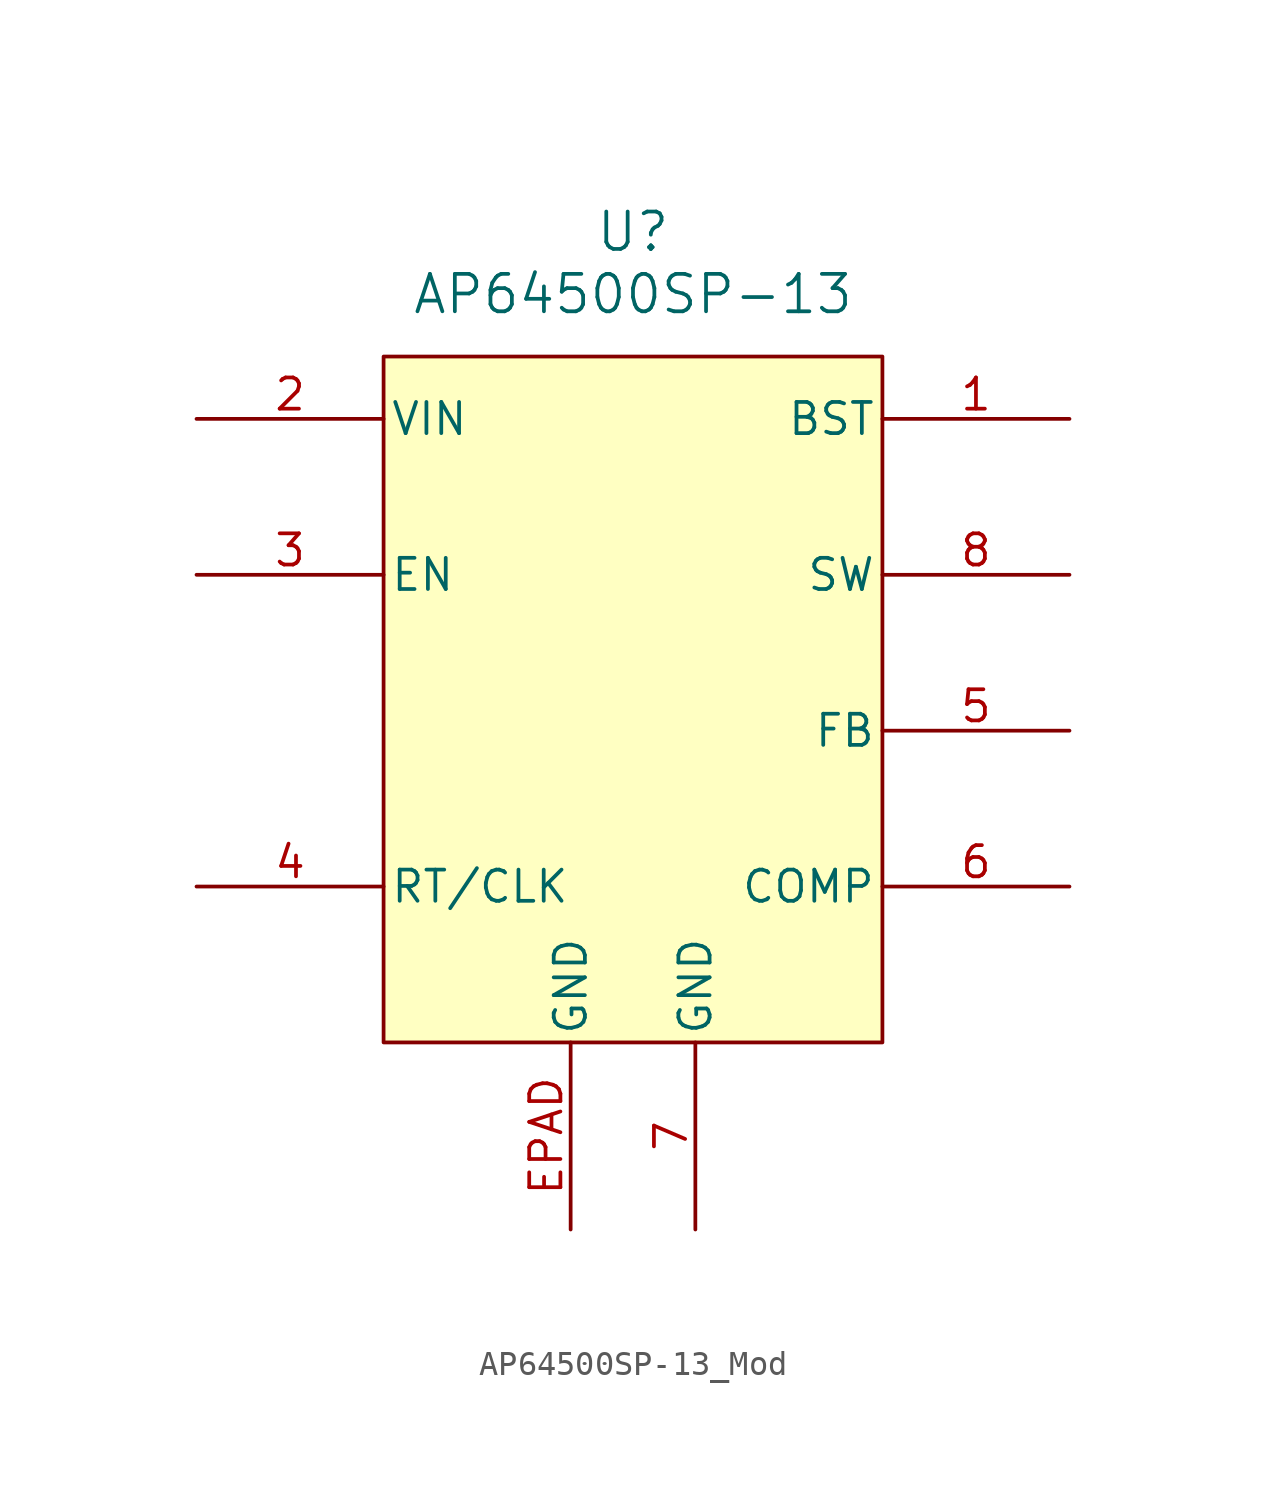
<source format=kicad_sym>
(kicad_symbol_lib
  (version 20220914)
  (generator kicad_symbol_editor)
  (symbol "AP64500SP-13_Mod"
    (pin_names
      (offset 0.254))
    (property "Reference" "U"
      (at 0 19.05 0)
      (effects (font (size 1.524 1.524))))
    (property "Value" "AP64500SP-13"
      (at 0 16.51 0)
      (effects (font (size 1.524 1.524))))
    (symbol "AP64500SP-13_Mod_0_1"
      (pin power_in line (at -17.78 11.43 0) (length 7.62) (name "VIN" (effects (font (size 1.27 1.27)))) (number "2" (effects (font (size 1.27 1.27)))))
      (pin input line (at -17.78 5.08 0) (length 7.62) (name "EN" (effects (font (size 1.27 1.27)))) (number "3" (effects (font (size 1.27 1.27)))))
      (pin output line (at 17.78 5.08 180) (length 7.62) (name "SW" (effects (font (size 1.27 1.27)))) (number "8" (effects (font (size 1.27 1.27))))))
    (symbol "AP64500SP-13_Mod_1_1"
      (rectangle (start -10.16 13.97) (end 10.16 -13.97) (stroke (width 0) (type default)) (fill (type background)))
      (pin passive line (at 17.78 11.43 180) (length 7.62) (name "BST" (effects (font (size 1.27 1.27)))) (number "1" (effects (font (size 1.27 1.27)))))
      (pin input line (at -17.78 -7.62 0) (length 7.62) (name "RT/CLK" (effects (font (size 1.27 1.27)))) (number "4" (effects (font (size 1.27 1.27)))))
      (pin input line (at 17.78 -1.27 180) (length 7.62) (name "FB" (effects (font (size 1.27 1.27)))) (number "5" (effects (font (size 1.27 1.27)))))
      (pin passive line (at 17.78 -7.62 180) (length 7.62) (name "COMP" (effects (font (size 1.27 1.27)))) (number "6" (effects (font (size 1.27 1.27)))))
      (pin power_in line (at 2.54 -21.59 90) (length 7.62) (name "GND" (effects (font (size 1.27 1.27)))) (number "7" (effects (font (size 1.27 1.27)))))
      (pin power_in line (at -2.54 -21.59 90) (length 7.62) (name "GND" (effects (font (size 1.27 1.27)))) (number "EPAD" (effects (font (size 1.27 1.27))))))))
</source>
